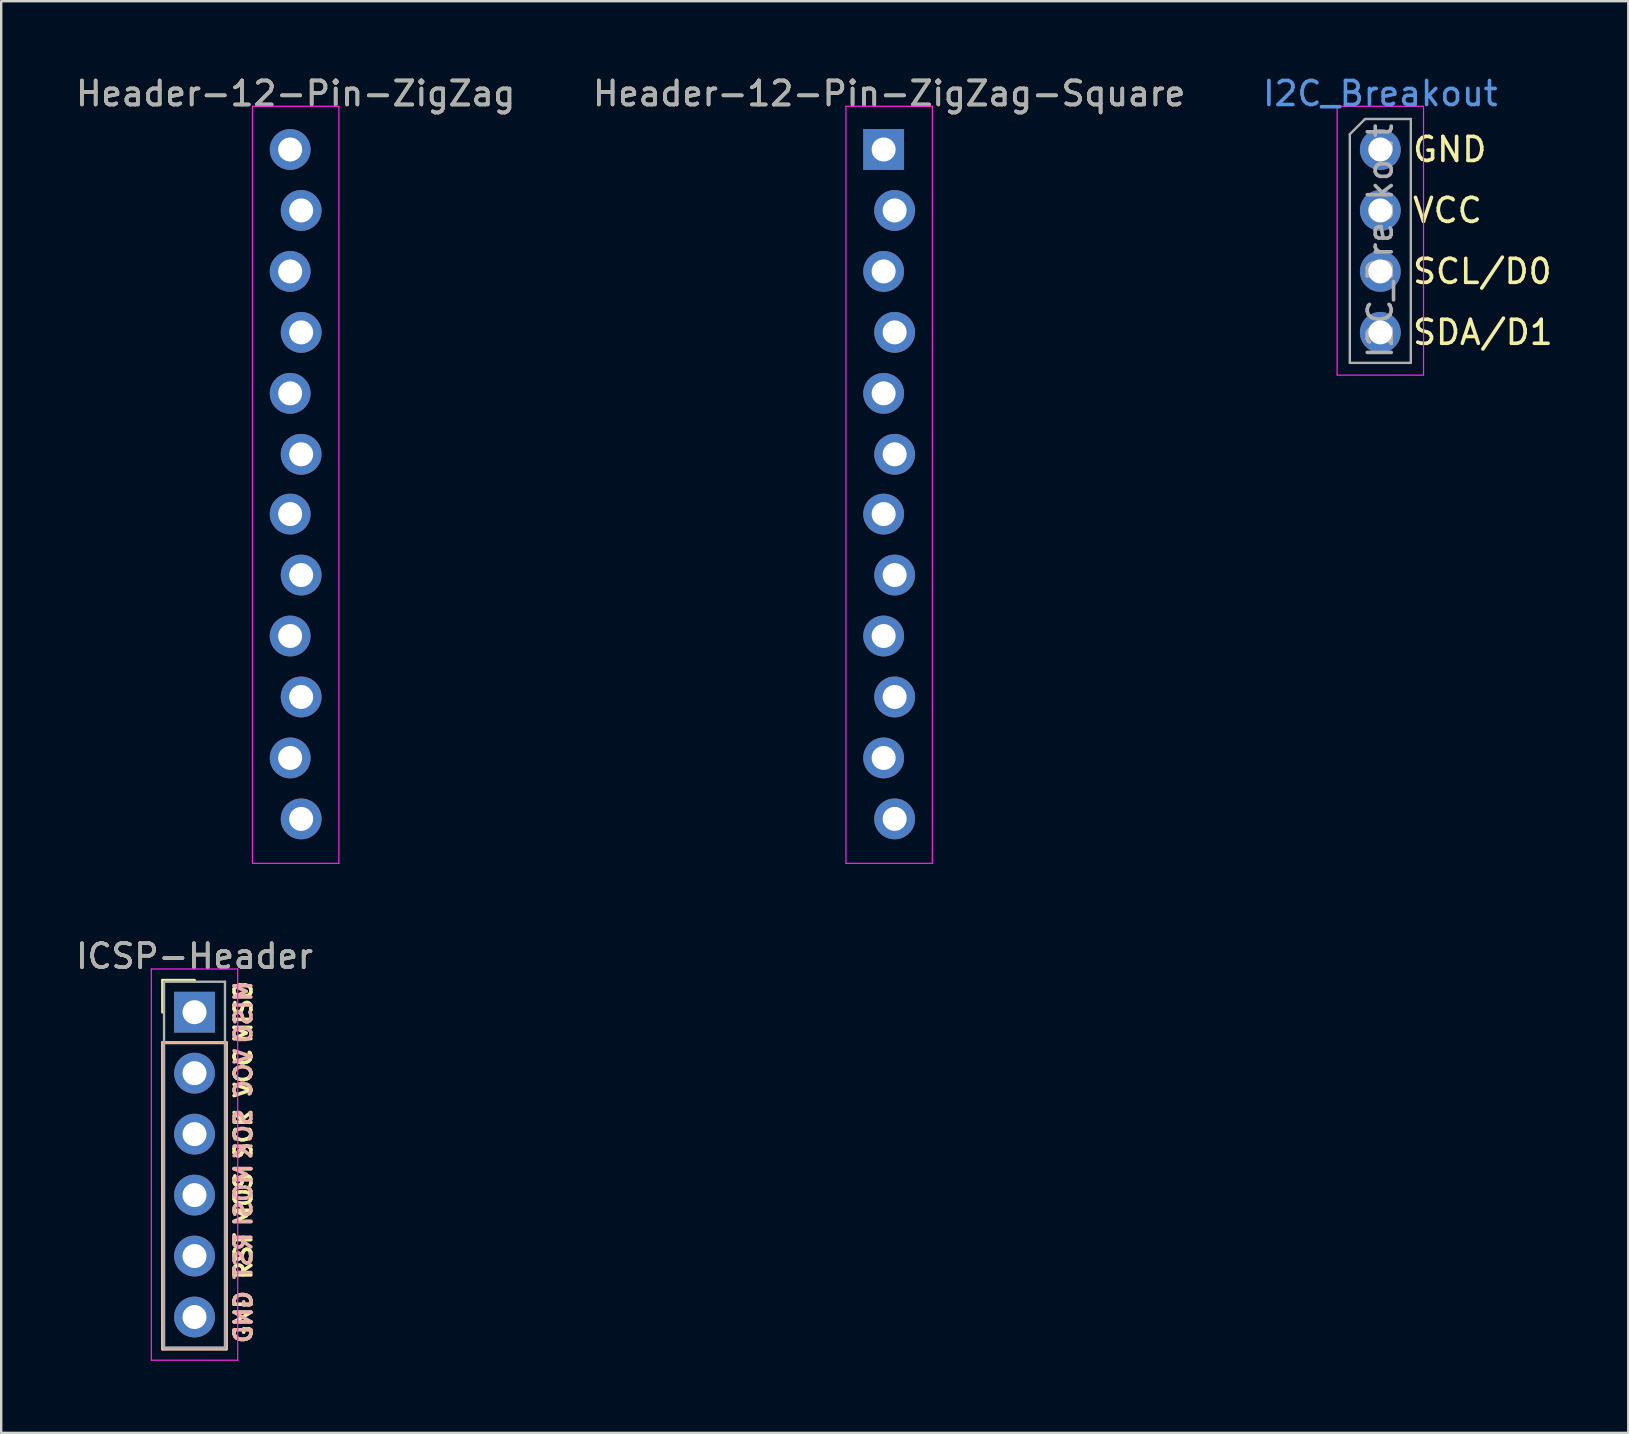
<source format=kicad_pcb>
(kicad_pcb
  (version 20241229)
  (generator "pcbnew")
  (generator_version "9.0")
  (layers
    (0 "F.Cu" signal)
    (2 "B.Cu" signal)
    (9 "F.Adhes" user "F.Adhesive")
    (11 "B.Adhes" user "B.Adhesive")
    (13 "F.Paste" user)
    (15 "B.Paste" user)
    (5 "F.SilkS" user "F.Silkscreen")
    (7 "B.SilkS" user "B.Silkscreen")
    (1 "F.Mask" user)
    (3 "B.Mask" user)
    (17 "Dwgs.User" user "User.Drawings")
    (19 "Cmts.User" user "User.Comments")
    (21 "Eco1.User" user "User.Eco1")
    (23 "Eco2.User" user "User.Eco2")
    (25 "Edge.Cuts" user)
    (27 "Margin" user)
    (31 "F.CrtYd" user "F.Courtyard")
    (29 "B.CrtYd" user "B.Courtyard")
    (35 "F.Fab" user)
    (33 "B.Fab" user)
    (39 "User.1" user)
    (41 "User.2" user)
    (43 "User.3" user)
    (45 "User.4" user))
  (footprint "I2C_Breakout"
    (layer "F.Cu")
    (at 54.458 3.178)
    (property "Reference" "I2C_Breakout" (at 0 -2.33 0) (layer "Cmts.User") (effects (font (size 1 1) (thickness 0.15))))
    (attr through_hole)
    (fp_line (start -1.8 -1.8) (end -1.8 9.4) (stroke (width 0.05) (type solid)) (layer "F.CrtYd"))
    (fp_line (start -1.8 9.4) (end 1.8 9.4) (stroke (width 0.05) (type solid)) (layer "F.CrtYd"))
    (fp_line (start 1.8 -1.8) (end -1.8 -1.8) (stroke (width 0.05) (type solid)) (layer "F.CrtYd"))
    (fp_line (start 1.8 9.4) (end 1.8 -1.8) (stroke (width 0.05) (type solid)) (layer "F.CrtYd"))
    (fp_line (start -1.27 -0.635) (end -0.635 -1.27) (stroke (width 0.1) (type solid)) (layer "F.Fab"))
    (fp_line (start -1.27 8.89) (end -1.27 -0.635) (stroke (width 0.1) (type solid)) (layer "F.Fab"))
    (fp_line (start -0.635 -1.27) (end 1.27 -1.27) (stroke (width 0.1) (type solid)) (layer "F.Fab"))
    (fp_line (start 1.27 -1.27) (end 1.27 8.89) (stroke (width 0.1) (type solid)) (layer "F.Fab"))
    (fp_line (start 1.27 8.89) (end -1.27 8.89) (stroke (width 0.1) (type solid)) (layer "F.Fab"))
    (fp_text user "SCL/D0" (at 1.27 5.08 0) (unlocked yes) (layer "F.SilkS") (effects (font (size 1 1) (thickness 0.15)) (justify left)))
    (fp_text user "SDA/D1" (at 1.27 7.62 0) (unlocked yes) (layer "F.SilkS") (effects (font (size 1 1) (thickness 0.15)) (justify left)))
    (fp_text user "VCC" (at 1.27 2.54 0) (unlocked yes) (layer "F.SilkS") (effects (font (size 1 1) (thickness 0.15)) (justify left)))
    (fp_text user "GND" (at 1.27 0 0) (unlocked yes) (layer "F.SilkS") (effects (font (size 1 1) (thickness 0.15)) (justify left)))
    (fp_text user "${REFERENCE}" (at 0 3.81 90) (layer "F.Fab") (effects (font (size 1 1) (thickness 0.15))))
    (pad "1" thru_hole circle (at 0 0) (size 1.7 1.7) (drill 1) (layers "*.Cu" "*.Mask"))
    (pad "2" thru_hole oval (at 0 2.54) (size 1.7 1.7) (drill 1) (layers "*.Cu" "*.Mask"))
    (pad "3" thru_hole oval (at 0 5.08) (size 1.7 1.7) (drill 1) (layers "*.Cu" "*.Mask"))
    (pad "4" thru_hole oval (at 0 7.62) (size 1.7 1.7) (drill 1) (layers "*.Cu" "*.Mask")))
  (footprint "Header-12-Pin-ZigZag-Square"
    (layer "F.Cu")
    (at 33.994 3.178)
    (property "Reference" "Header-12-Pin-ZigZag-Square" (at 0 -2.33 0) (layer "F.SilkS") (effects (font (size 1 1) (thickness 0.15))))
    (attr through_hole)
    (fp_line (start -1.8 -1.8) (end -1.8 29.74) (stroke (width 0.05) (type solid)) (layer "F.CrtYd"))
    (fp_line (start 1.8 -1.8) (end -1.8 -1.8) (stroke (width 0.05) (type solid)) (layer "F.CrtYd"))
    (fp_line (start 1.8 -1.8) (end 1.8 29.74) (stroke (width 0.05) (type solid)) (layer "F.CrtYd"))
    (fp_line (start 1.8 29.74) (end -1.8 29.74) (stroke (width 0.05) (type solid)) (layer "F.CrtYd"))
    (fp_text user "${REFERENCE}" (at 0 -2.33 0) (layer "F.Fab") (effects (font (size 1 1) (thickness 0.15))))
    (pad "1" thru_hole rect (at -0.229 0) (size 1.7 1.7) (drill 1) (layers "*.Cu" "*.Mask"))
    (pad "2" thru_hole oval (at 0.229 2.54) (size 1.7 1.7) (drill 1) (layers "*.Cu" "*.Mask"))
    (pad "3" thru_hole oval (at -0.229 5.08) (size 1.7 1.7) (drill 1) (layers "*.Cu" "*.Mask"))
    (pad "4" thru_hole oval (at 0.229 7.62) (size 1.7 1.7) (drill 1) (layers "*.Cu" "*.Mask"))
    (pad "5" thru_hole oval (at -0.229 10.16) (size 1.7 1.7) (drill 1) (layers "*.Cu" "*.Mask"))
    (pad "6" thru_hole oval (at 0.229 12.7) (size 1.7 1.7) (drill 1) (layers "*.Cu" "*.Mask"))
    (pad "7" thru_hole circle (at -0.229 15.19) (size 1.7 1.7) (drill 1) (layers "*.Cu" "*.Mask"))
    (pad "8" thru_hole oval (at 0.229 17.73) (size 1.7 1.7) (drill 1) (layers "*.Cu" "*.Mask"))
    (pad "9" thru_hole oval (at -0.229 20.27) (size 1.7 1.7) (drill 1) (layers "*.Cu" "*.Mask"))
    (pad "10" thru_hole oval (at 0.229 22.81) (size 1.7 1.7) (drill 1) (layers "*.Cu" "*.Mask"))
    (pad "11" thru_hole oval (at -0.229 25.35) (size 1.7 1.7) (drill 1) (layers "*.Cu" "*.Mask"))
    (pad "12" thru_hole oval (at 0.229 27.89) (size 1.7 1.7) (drill 1) (layers "*.Cu" "*.Mask")))
  (footprint "Header-12-Pin-ZigZag"
    (layer "F.Cu")
    (at 9.268 3.178)
    (property "Reference" "Header-12-Pin-ZigZag" (at 0 -2.33 0) (layer "F.SilkS") (effects (font (size 1 1) (thickness 0.15))))
    (attr through_hole)
    (fp_line (start -1.8 -1.8) (end -1.8 29.74) (stroke (width 0.05) (type solid)) (layer "F.CrtYd"))
    (fp_line (start 1.8 -1.8) (end -1.8 -1.8) (stroke (width 0.05) (type solid)) (layer "F.CrtYd"))
    (fp_line (start 1.8 -1.8) (end 1.8 29.74) (stroke (width 0.05) (type solid)) (layer "F.CrtYd"))
    (fp_line (start 1.8 29.74) (end -1.8 29.74) (stroke (width 0.05) (type solid)) (layer "F.CrtYd"))
    (fp_text user "${REFERENCE}" (at 0 -2.33 0) (layer "F.Fab") (effects (font (size 1 1) (thickness 0.15))))
    (pad "1" thru_hole circle (at -0.229 0) (size 1.7 1.7) (drill 1) (layers "*.Cu" "*.Mask"))
    (pad "2" thru_hole oval (at 0.229 2.54) (size 1.7 1.7) (drill 1) (layers "*.Cu" "*.Mask"))
    (pad "3" thru_hole oval (at -0.229 5.08) (size 1.7 1.7) (drill 1) (layers "*.Cu" "*.Mask"))
    (pad "4" thru_hole oval (at 0.229 7.62) (size 1.7 1.7) (drill 1) (layers "*.Cu" "*.Mask"))
    (pad "5" thru_hole oval (at -0.229 10.16) (size 1.7 1.7) (drill 1) (layers "*.Cu" "*.Mask"))
    (pad "6" thru_hole oval (at 0.229 12.7) (size 1.7 1.7) (drill 1) (layers "*.Cu" "*.Mask"))
    (pad "7" thru_hole circle (at -0.229 15.19) (size 1.7 1.7) (drill 1) (layers "*.Cu" "*.Mask"))
    (pad "8" thru_hole oval (at 0.229 17.73) (size 1.7 1.7) (drill 1) (layers "*.Cu" "*.Mask"))
    (pad "9" thru_hole oval (at -0.229 20.27) (size 1.7 1.7) (drill 1) (layers "*.Cu" "*.Mask"))
    (pad "10" thru_hole oval (at 0.229 22.81) (size 1.7 1.7) (drill 1) (layers "*.Cu" "*.Mask"))
    (pad "11" thru_hole oval (at -0.229 25.35) (size 1.7 1.7) (drill 1) (layers "*.Cu" "*.Mask"))
    (pad "12" thru_hole oval (at 0.229 27.89) (size 1.7 1.7) (drill 1) (layers "*.Cu" "*.Mask")))
  (footprint "ICSP-Header"
    (layer "F.Cu")
    (at 5.054 39.121)
    (property "Reference" "ICSP-Header" (at 0 -2.33 0) (layer "F.SilkS") (effects (font (size 1 1) (thickness 0.15))))
    (attr through_hole)
    (fp_line (start -1.33 -1.33) (end 0 -1.33) (stroke (width 0.12) (type solid)) (layer "F.SilkS"))
    (fp_line (start -1.33 0) (end -1.33 -1.33) (stroke (width 0.12) (type solid)) (layer "F.SilkS"))
    (fp_line (start -1.33 1.27) (end -1.33 14.03) (stroke (width 0.12) (type solid)) (layer "F.SilkS"))
    (fp_line (start -1.33 14.03) (end 1.33 14.03) (stroke (width 0.12) (type solid)) (layer "F.SilkS"))
    (fp_line (start 1.33 1.27) (end -1.33 1.27) (stroke (width 0.12) (type solid)) (layer "F.SilkS"))
    (fp_line (start 1.33 14.03) (end 1.33 1.27) (stroke (width 0.12) (type solid)) (layer "F.SilkS"))
    (fp_line (start -1.33 1.27) (end -1.33 14.03) (stroke (width 0.12) (type solid)) (layer "B.SilkS"))
    (fp_line (start -1.33 14.03) (end 1.33 14.03) (stroke (width 0.12) (type solid)) (layer "B.SilkS"))
    (fp_line (start 1.33 1.27) (end -1.33 1.27) (stroke (width 0.12) (type solid)) (layer "B.SilkS"))
    (fp_line (start 1.33 14.03) (end 1.33 1.27) (stroke (width 0.12) (type solid)) (layer "B.SilkS"))
    (fp_line (start -1.8 -1.8) (end -1.8 14.5) (stroke (width 0.05) (type solid)) (layer "F.CrtYd"))
    (fp_line (start -1.8 14.5) (end 1.8 14.5) (stroke (width 0.05) (type solid)) (layer "F.CrtYd"))
    (fp_line (start 1.8 -1.8) (end -1.8 -1.8) (stroke (width 0.05) (type solid)) (layer "F.CrtYd"))
    (fp_line (start 1.8 14.5) (end 1.8 -1.8) (stroke (width 0.05) (type solid)) (layer "F.CrtYd"))
    (fp_line (start -1.27 -1.27) (end -1.27 13.97) (stroke (width 0.1) (type solid)) (layer "F.Fab"))
    (fp_line (start -1.27 13.97) (end 1.27 13.97) (stroke (width 0.1) (type solid)) (layer "F.Fab"))
    (fp_line (start 1.27 -1.27) (end -1.27 -1.27) (stroke (width 0.1) (type solid)) (layer "F.Fab"))
    (fp_line (start 1.27 13.97) (end 1.27 -1.27) (stroke (width 0.1) (type solid)) (layer "F.Fab"))
    (fp_text user "SCK" (at 2.032 5.08 90) (layer "F.SilkS") (effects (font (size 0.7 0.7) (thickness 0.15))))
    (fp_text user "GND" (at 2.032 12.7 90) (layer "F.SilkS") (effects (font (size 0.7 0.7) (thickness 0.15))))
    (fp_text user "VCC" (at 2.032 2.54 90) (layer "F.SilkS") (effects (font (size 0.7 0.7) (thickness 0.15))))
    (fp_text user "MISO" (at 2.032 0 90) (layer "F.SilkS") (effects (font (size 0.7 0.7) (thickness 0.15))))
    (fp_text user "RST" (at 2.032 10.16 90) (layer "F.SilkS") (effects (font (size 0.7 0.7) (thickness 0.15))))
    (fp_text user "MOSI" (at 2.032 7.62 90) (layer "F.SilkS") (effects (font (size 0.7 0.7) (thickness 0.15))))
    (fp_text user "GND" (at 2.032 12.7 90) (layer "B.SilkS") (effects (font (size 0.7 0.7) (thickness 0.15)) (justify mirror)))
    (fp_text user "VCC" (at 2.032 2.54 90) (layer "B.SilkS") (effects (font (size 0.7 0.7) (thickness 0.15)) (justify mirror)))
    (fp_text user "RST" (at 2.032 10.16 90) (layer "B.SilkS") (effects (font (size 0.7 0.7) (thickness 0.15)) (justify mirror)))
    (fp_text user "SCK" (at 2.032 5.08 90) (layer "B.SilkS") (effects (font (size 0.7 0.7) (thickness 0.15)) (justify mirror)))
    (fp_text user "MISO" (at 2.032 0 90) (layer "B.SilkS") (effects (font (size 0.7 0.7) (thickness 0.15)) (justify mirror)))
    (fp_text user "MOSI" (at 2.032 7.62 90) (layer "B.SilkS") (effects (font (size 0.7 0.7) (thickness 0.15)) (justify mirror)))
    (fp_text user "${REFERENCE}" (at 0 -2.33 0) (layer "F.Fab") (effects (font (size 1 1) (thickness 0.15))))
    (pad "1" thru_hole rect (at 0 0) (size 1.7 1.7) (drill 1) (layers "*.Cu" "*.Mask"))
    (pad "2" thru_hole oval (at 0 2.54) (size 1.7 1.7) (drill 1) (layers "*.Cu" "*.Mask"))
    (pad "3" thru_hole oval (at 0 5.08) (size 1.7 1.7) (drill 1) (layers "*.Cu" "*.Mask"))
    (pad "4" thru_hole oval (at 0 7.62) (size 1.7 1.7) (drill 1) (layers "*.Cu" "*.Mask"))
    (pad "5" thru_hole oval (at 0 10.16) (size 1.7 1.7) (drill 1) (layers "*.Cu" "*.Mask"))
    (pad "6" thru_hole oval (at 0 12.7) (size 1.7 1.7) (drill 1) (layers "*.Cu" "*.Mask")))
  (gr_rect
    (start -3 -3)
    (end 64.788 56.647)
    (stroke (width 0.1) (type default))
    (fill no)
    (layer "Edge.Cuts")))
</source>
